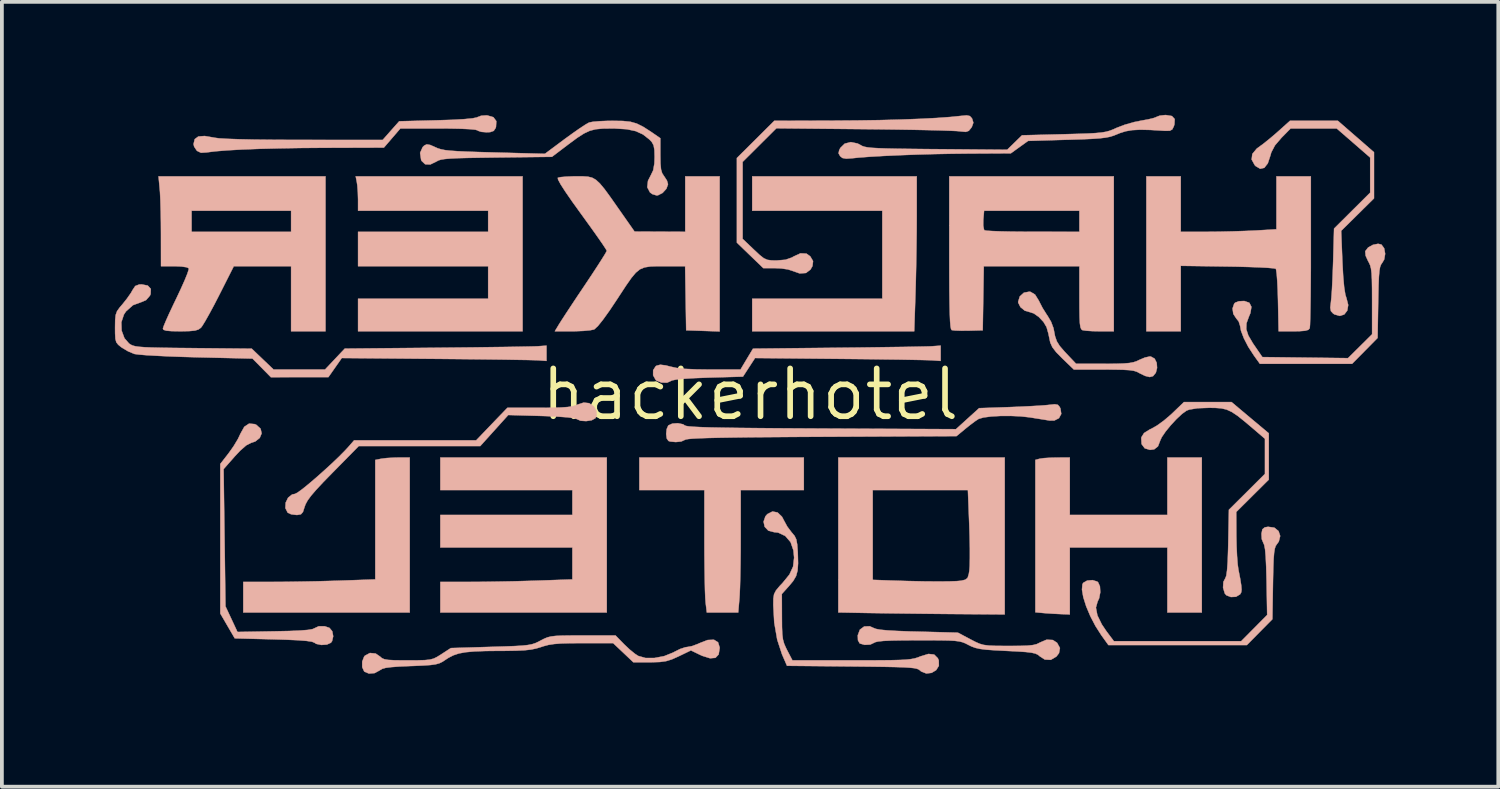
<source format=kicad_pcb>
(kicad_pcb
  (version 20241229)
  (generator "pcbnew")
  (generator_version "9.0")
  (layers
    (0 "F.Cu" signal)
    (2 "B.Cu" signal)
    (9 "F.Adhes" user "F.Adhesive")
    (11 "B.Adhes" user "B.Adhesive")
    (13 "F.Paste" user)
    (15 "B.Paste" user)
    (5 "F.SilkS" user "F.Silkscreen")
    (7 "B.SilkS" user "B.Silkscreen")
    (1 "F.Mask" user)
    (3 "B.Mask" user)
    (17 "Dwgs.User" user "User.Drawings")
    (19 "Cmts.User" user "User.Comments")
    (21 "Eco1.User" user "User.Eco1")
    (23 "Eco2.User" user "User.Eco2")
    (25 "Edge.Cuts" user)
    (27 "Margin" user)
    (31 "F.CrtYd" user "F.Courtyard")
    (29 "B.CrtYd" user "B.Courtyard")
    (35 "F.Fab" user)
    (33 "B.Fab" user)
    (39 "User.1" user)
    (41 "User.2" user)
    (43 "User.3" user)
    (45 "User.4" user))
  (footprint "hackerhotel"
    (layer "F.Cu")
    (at 16.871 7.422)
    (property "Reference" "hackerhotel" (at 0 0 0) (layer "F.SilkS") (effects (font (size 1.27 1.27) (thickness 0.15))))
    (attr through_hole)
    (fp_poly (pts (xy 4.42 -4.733) (xy 4.418 -4.323) (xy 4.412 -3.861) (xy 4.404 -3.39) (xy 4.394 -2.949) (xy 4.386 -2.675) (xy 4.353 -1.676) (xy 0.051 -1.676) (xy 0.051 -2.54) (xy 3.505 -2.54) (xy 3.505 -4.877) (xy 0.051 -4.877) (xy 0.051 -5.791) (xy 4.42 -5.791) (xy 4.42 -4.733)) (stroke (width 0.01) (type solid)) (fill yes) (layer "B.SilkS"))
    (fp_poly (pts (xy -9.042 5.791) (xy -13.462 5.791) (xy -13.462 4.978) (xy -12.662 4.978) (xy -12.327 4.976) (xy -11.93 4.97) (xy -11.51 4.962) (xy -11.106 4.951) (xy -10.909 4.945) (xy -9.957 4.912) (xy -9.957 1.74) (xy -9.798 1.708) (xy -9.657 1.69) (xy -9.466 1.679) (xy -9.341 1.676) (xy -9.042 1.676) (xy -9.042 5.791)) (stroke (width 0.01) (type solid)) (fill yes) (layer "B.SilkS"))
    (fp_poly (pts (xy -6.045 -1.676) (xy -10.414 -1.676) (xy -10.414 -2.54) (xy -6.96 -2.54) (xy -6.96 -3.404) (xy -10.414 -3.404) (xy -10.414 -4.318) (xy -6.96 -4.318) (xy -6.96 -4.877) (xy -10.414 -4.877) (xy -10.414 -5.175) (xy -10.42 -5.371) (xy -10.434 -5.55) (xy -10.446 -5.632) (xy -10.477 -5.791) (xy -6.045 -5.791) (xy -6.045 -1.676)) (stroke (width 0.01) (type solid)) (fill yes) (layer "B.SilkS"))
    (fp_poly (pts (xy -3.81 5.791) (xy -8.23 5.791) (xy -8.23 4.978) (xy -7.429 4.978) (xy -7.094 4.976) (xy -6.697 4.97) (xy -6.277 4.962) (xy -5.874 4.951) (xy -5.677 4.945) (xy -4.724 4.912) (xy -4.724 4.064) (xy -8.23 4.064) (xy -8.23 3.2) (xy -4.724 3.2) (xy -4.724 2.54) (xy -8.23 2.54) (xy -8.23 1.676) (xy -3.81 1.676) (xy -3.81 5.791)) (stroke (width 0.01) (type solid)) (fill yes) (layer "B.SilkS"))
    (fp_poly (pts (xy 11.989 5.791) (xy 11.074 5.791) (xy 11.074 4.064) (xy 8.484 4.064) (xy 8.484 5.842) (xy 8.242 5.833) (xy 8.038 5.823) (xy 7.83 5.809) (xy 7.785 5.805) (xy 7.569 5.785) (xy 7.569 1.739) (xy 7.684 1.708) (xy 7.793 1.692) (xy 7.964 1.681) (xy 8.141 1.677) (xy 8.484 1.676) (xy 8.484 3.2) (xy 11.074 3.2) (xy 11.074 1.676) (xy 11.989 1.676) (xy 11.989 5.791)) (stroke (width 0.01) (type solid)) (fill yes) (layer "B.SilkS"))
    (fp_poly (pts (xy 1.422 2.54) (xy -0.254 2.54) (xy -0.254 3.777) (xy -0.255 4.148) (xy -0.259 4.508) (xy -0.265 4.839) (xy -0.273 5.118) (xy -0.282 5.327) (xy -0.287 5.403) (xy -0.32 5.791) (xy -1.154 5.791) (xy -1.186 5.524) (xy -1.195 5.402) (xy -1.203 5.194) (xy -1.209 4.918) (xy -1.214 4.592) (xy -1.218 4.231) (xy -1.219 3.899) (xy -1.219 2.54) (xy -2.946 2.54) (xy -2.946 1.676) (xy 1.422 1.676) (xy 1.422 2.54)) (stroke (width 0.01) (type solid)) (fill yes) (layer "B.SilkS"))
    (fp_poly (pts (xy 6.756 5.842) (xy 5.347 5.831) (xy 4.924 5.827) (xy 4.486 5.822) (xy 4.058 5.817) (xy 3.664 5.812) (xy 3.328 5.807) (xy 3.137 5.804) (xy 2.337 5.789) (xy 2.337 2.54) (xy 3.251 2.54) (xy 3.251 4.924) (xy 3.721 4.941) (xy 4.189 4.955) (xy 4.611 4.964) (xy 4.976 4.967) (xy 5.273 4.965) (xy 5.488 4.957) (xy 5.596 4.947) (xy 5.71 4.92) (xy 5.771 4.87) (xy 5.803 4.765) (xy 5.816 4.682) (xy 5.826 4.556) (xy 5.83 4.35) (xy 5.83 4.085) (xy 5.824 3.782) (xy 5.815 3.494) (xy 5.778 2.54) (xy 3.251 2.54) (xy 2.337 2.54) (xy 2.337 1.676) (xy 6.756 1.676) (xy 6.756 5.842)) (stroke (width 0.01) (type solid)) (fill yes) (layer "B.SilkS"))
    (fp_poly (pts (xy 11.43 -4.318) (xy 12.129 -4.318) (xy 12.454 -4.321) (xy 12.808 -4.329) (xy 13.146 -4.34) (xy 13.399 -4.351) (xy 13.97 -4.384) (xy 13.97 -5.791) (xy 14.884 -5.791) (xy 14.884 -3.814) (xy 14.884 -3.373) (xy 14.881 -2.963) (xy 14.878 -2.593) (xy 14.873 -2.277) (xy 14.868 -2.026) (xy 14.862 -1.851) (xy 14.855 -1.763) (xy 14.854 -1.757) (xy 14.816 -1.714) (xy 14.73 -1.69) (xy 14.576 -1.678) (xy 14.425 -1.676) (xy 14.028 -1.676) (xy 14.012 -2.485) (xy 14.004 -2.763) (xy 13.992 -3.005) (xy 13.978 -3.193) (xy 13.962 -3.309) (xy 13.953 -3.336) (xy 13.892 -3.348) (xy 13.745 -3.361) (xy 13.524 -3.373) (xy 13.245 -3.383) (xy 12.922 -3.392) (xy 12.67 -3.396) (xy 11.43 -3.414) (xy 11.43 -1.676) (xy 10.516 -1.676) (xy 10.516 -5.791) (xy 11.43 -5.791) (xy 11.43 -4.318)) (stroke (width 0.01) (type solid)) (fill yes) (layer "B.SilkS"))
    (fp_poly (pts (xy 5.055 -0.889) (xy 4.826 -0.905) (xy 4.728 -0.909) (xy 4.539 -0.914) (xy 4.273 -0.919) (xy 3.94 -0.925) (xy 3.552 -0.93) (xy 3.121 -0.936) (xy 2.659 -0.941) (xy 2.362 -0.944) (xy 0.127 -0.966) (xy -0.034 -0.719) (xy -0.194 -0.472) (xy -1.117 -0.446) (xy -1.479 -0.432) (xy -1.765 -0.415) (xy -1.968 -0.394) (xy -2.08 -0.371) (xy -2.097 -0.362) (xy -2.207 -0.312) (xy -2.353 -0.313) (xy -2.484 -0.362) (xy -2.511 -0.385) (xy -2.58 -0.508) (xy -2.579 -0.643) (xy -2.511 -0.748) (xy -2.489 -0.762) (xy -2.389 -0.788) (xy -2.244 -0.77) (xy -2.124 -0.739) (xy -1.959 -0.703) (xy -1.736 -0.678) (xy -1.441 -0.665) (xy -1.06 -0.66) (xy -0.26 -0.66) (xy -0.094 -0.938) (xy 0.072 -1.215) (xy 2.335 -1.239) (xy 2.814 -1.244) (xy 3.268 -1.25) (xy 3.687 -1.256) (xy 4.058 -1.261) (xy 4.37 -1.267) (xy 4.612 -1.272) (xy 4.771 -1.276) (xy 4.826 -1.279) (xy 5.055 -1.295) (xy 5.055 -0.889)) (stroke (width 0.01) (type solid)) (fill yes) (layer "B.SilkS"))
    (fp_poly (pts (xy 9.652 -1.676) (xy 9.275 -1.676) (xy 9.08 -1.68) (xy 8.918 -1.691) (xy 8.822 -1.706) (xy 8.818 -1.707) (xy 8.788 -1.732) (xy 8.766 -1.787) (xy 8.751 -1.889) (xy 8.743 -2.05) (xy 8.739 -2.286) (xy 8.738 -2.571) (xy 8.738 -3.404) (xy 6.2 -3.404) (xy 6.172 -1.702) (xy 5.791 -1.692) (xy 5.598 -1.691) (xy 5.441 -1.696) (xy 5.352 -1.707) (xy 5.347 -1.709) (xy 5.33 -1.738) (xy 5.316 -1.814) (xy 5.305 -1.946) (xy 5.297 -2.141) (xy 5.291 -2.405) (xy 5.286 -2.748) (xy 5.284 -3.177) (xy 5.283 -3.698) (xy 5.283 -3.763) (xy 5.283 -4.482) (xy 6.185 -4.482) (xy 6.205 -4.378) (xy 6.22 -4.357) (xy 6.284 -4.346) (xy 6.435 -4.337) (xy 6.658 -4.329) (xy 6.939 -4.323) (xy 7.263 -4.32) (xy 7.506 -4.319) (xy 8.738 -4.318) (xy 8.738 -4.877) (xy 6.208 -4.877) (xy 6.187 -4.636) (xy 6.185 -4.482) (xy 5.283 -4.482) (xy 5.283 -5.791) (xy 9.652 -5.791) (xy 9.652 -1.676)) (stroke (width 0.01) (type solid)) (fill yes) (layer "B.SilkS"))
    (fp_poly (pts (xy -13.157 0.789) (xy -13.115 0.808) (xy -13.002 0.911) (xy -12.974 1.034) (xy -13.024 1.155) (xy -13.144 1.25) (xy -13.255 1.287) (xy -13.381 1.351) (xy -13.548 1.497) (xy -13.691 1.65) (xy -13.984 1.983) (xy -13.959 3.805) (xy -13.934 5.627) (xy -13.775 5.967) (xy -13.616 6.307) (xy -12.627 6.29) (xy -12.243 6.282) (xy -11.952 6.269) (xy -11.749 6.253) (xy -11.624 6.232) (xy -11.575 6.21) (xy -11.458 6.156) (xy -11.3 6.156) (xy -11.173 6.199) (xy -11.099 6.289) (xy -11.074 6.422) (xy -11.104 6.551) (xy -11.135 6.594) (xy -11.241 6.642) (xy -11.388 6.652) (xy -11.523 6.624) (xy -11.574 6.592) (xy -11.639 6.566) (xy -11.781 6.545) (xy -12.008 6.527) (xy -12.325 6.513) (xy -12.663 6.503) (xy -13.688 6.477) (xy -13.88 6.147) (xy -14.072 5.817) (xy -14.072 3.832) (xy -14.072 1.847) (xy -13.847 1.557) (xy -13.717 1.373) (xy -13.602 1.181) (xy -13.535 1.039) (xy -13.434 0.859) (xy -13.307 0.775) (xy -13.157 0.789)) (stroke (width 0.01) (type solid)) (fill yes) (layer "B.SilkS"))
    (fp_poly (pts (xy -11.278 -1.676) (xy -12.192 -1.676) (xy -12.192 -3.404) (xy -13.713 -3.404) (xy -14.102 -2.635) (xy -14.237 -2.373) (xy -14.364 -2.138) (xy -14.472 -1.946) (xy -14.552 -1.816) (xy -14.586 -1.771) (xy -14.651 -1.724) (xy -14.744 -1.695) (xy -14.89 -1.681) (xy -15.112 -1.676) (xy -15.138 -1.676) (xy -15.365 -1.68) (xy -15.506 -1.692) (xy -15.578 -1.715) (xy -15.596 -1.747) (xy -15.574 -1.815) (xy -15.515 -1.957) (xy -15.426 -2.155) (xy -15.314 -2.393) (xy -15.235 -2.557) (xy -15.116 -2.81) (xy -15.017 -3.032) (xy -14.946 -3.207) (xy -14.91 -3.319) (xy -14.908 -3.35) (xy -14.972 -3.377) (xy -15.108 -3.396) (xy -15.288 -3.404) (xy -15.294 -3.404) (xy -15.646 -3.404) (xy -15.647 -4.255) (xy -15.649 -4.57) (xy -15.654 -4.877) (xy -14.834 -4.877) (xy -14.834 -4.318) (xy -12.192 -4.318) (xy -12.192 -4.877) (xy -14.834 -4.877) (xy -15.654 -4.877) (xy -15.655 -4.878) (xy -15.663 -5.153) (xy -15.673 -5.367) (xy -15.68 -5.448) (xy -15.712 -5.791) (xy -11.278 -5.791) (xy -11.278 -1.676)) (stroke (width 0.01) (type solid)) (fill yes) (layer "B.SilkS"))
    (fp_poly (pts (xy 16.082 -6.847) (xy 16.561 -6.43) (xy 16.561 -5.205) (xy 16.125 -4.774) (xy 15.689 -4.343) (xy 15.721 -3.531) (xy 15.742 -3.142) (xy 15.768 -2.85) (xy 15.8 -2.649) (xy 15.831 -2.55) (xy 15.876 -2.374) (xy 15.851 -2.226) (xy 15.772 -2.123) (xy 15.653 -2.084) (xy 15.511 -2.124) (xy 15.475 -2.148) (xy 15.417 -2.211) (xy 15.4 -2.303) (xy 15.416 -2.442) (xy 15.429 -2.569) (xy 15.444 -2.774) (xy 15.457 -3.036) (xy 15.469 -3.332) (xy 15.476 -3.535) (xy 15.5 -4.403) (xy 16.459 -5.357) (xy 16.459 -6.289) (xy 16.015 -6.675) (xy 15.57 -7.061) (xy 14.959 -7.061) (xy 14.347 -7.061) (xy 14.104 -6.814) (xy 13.931 -6.612) (xy 13.833 -6.425) (xy 13.811 -6.346) (xy 13.741 -6.135) (xy 13.648 -6.016) (xy 13.539 -5.991) (xy 13.417 -6.063) (xy 13.394 -6.087) (xy 13.312 -6.236) (xy 13.33 -6.384) (xy 13.446 -6.525) (xy 13.5 -6.565) (xy 13.631 -6.661) (xy 13.802 -6.799) (xy 13.981 -6.952) (xy 14.01 -6.978) (xy 14.329 -7.264) (xy 15.602 -7.264) (xy 16.082 -6.847)) (stroke (width 0.01) (type solid)) (fill yes) (layer "B.SilkS"))
    (fp_poly (pts (xy 13.915 3.538) (xy 14.026 3.628) (xy 14.07 3.759) (xy 14.033 3.907) (xy 13.983 3.976) (xy 13.951 4.023) (xy 13.927 4.094) (xy 13.909 4.203) (xy 13.896 4.365) (xy 13.887 4.595) (xy 13.88 4.907) (xy 13.878 5.022) (xy 13.863 5.969) (xy 13.524 6.312) (xy 13.185 6.655) (xy 9.509 6.655) (xy 9.324 6.398) (xy 9.165 6.15) (xy 9.028 5.887) (xy 8.918 5.626) (xy 8.842 5.385) (xy 8.807 5.184) (xy 8.819 5.042) (xy 8.84 5.003) (xy 8.945 4.943) (xy 9.088 4.931) (xy 9.213 4.97) (xy 9.235 4.989) (xy 9.284 5.097) (xy 9.293 5.254) (xy 9.262 5.415) (xy 9.221 5.503) (xy 9.177 5.661) (xy 9.216 5.866) (xy 9.335 6.109) (xy 9.455 6.287) (xy 9.655 6.553) (xy 13.033 6.553) (xy 13.724 5.856) (xy 13.708 4.942) (xy 13.698 4.576) (xy 13.685 4.302) (xy 13.668 4.111) (xy 13.645 3.994) (xy 13.624 3.948) (xy 13.581 3.843) (xy 13.573 3.702) (xy 13.573 3.699) (xy 13.597 3.581) (xy 13.661 3.53) (xy 13.748 3.515) (xy 13.915 3.538)) (stroke (width 0.01) (type solid)) (fill yes) (layer "B.SilkS"))
    (fp_poly (pts (xy -6.981 -7.407) (xy -6.82 -7.36) (xy -6.743 -7.256) (xy -6.752 -7.102) (xy -6.761 -7.074) (xy -6.812 -6.997) (xy -6.907 -6.964) (xy -7.006 -6.96) (xy -7.142 -6.971) (xy -7.229 -7) (xy -7.239 -7.01) (xy -7.3 -7.028) (xy -7.454 -7.043) (xy -7.69 -7.054) (xy -8 -7.06) (xy -8.281 -7.061) (xy -9.291 -7.061) (xy -9.509 -6.807) (xy -9.728 -6.553) (xy -11.303 -6.548) (xy -11.928 -6.543) (xy -12.509 -6.533) (xy -13.035 -6.52) (xy -13.499 -6.502) (xy -13.89 -6.48) (xy -14.199 -6.455) (xy -14.416 -6.428) (xy -14.432 -6.425) (xy -14.585 -6.416) (xy -14.687 -6.465) (xy -14.698 -6.476) (xy -14.766 -6.578) (xy -14.782 -6.646) (xy -14.751 -6.777) (xy -14.655 -6.848) (xy -14.487 -6.861) (xy -14.241 -6.819) (xy -14.224 -6.815) (xy -14.104 -6.799) (xy -13.885 -6.786) (xy -13.571 -6.775) (xy -13.164 -6.766) (xy -12.669 -6.761) (xy -12.089 -6.758) (xy -11.878 -6.758) (xy -9.761 -6.756) (xy -9.542 -7.004) (xy -9.322 -7.252) (xy -8.318 -7.278) (xy -7.908 -7.291) (xy -7.594 -7.309) (xy -7.377 -7.33) (xy -7.259 -7.354) (xy -7.242 -7.363) (xy -7.146 -7.399) (xy -7.004 -7.409) (xy -6.981 -7.407)) (stroke (width 0.01) (type solid)) (fill yes) (layer "B.SilkS"))
    (fp_poly (pts (xy -4.28 0.233) (xy -4.276 0.234) (xy -4.157 0.316) (xy -4.086 0.439) (xy -4.08 0.568) (xy -4.112 0.632) (xy -4.21 0.686) (xy -4.358 0.709) (xy -4.507 0.699) (xy -4.608 0.654) (xy -4.682 0.631) (xy -4.848 0.609) (xy -5.097 0.591) (xy -5.42 0.576) (xy -5.546 0.572) (xy -6.426 0.547) (xy -7.17 1.372) (xy -10.396 1.372) (xy -11.086 2.073) (xy -11.34 2.333) (xy -11.529 2.536) (xy -11.663 2.692) (xy -11.753 2.815) (xy -11.808 2.916) (xy -11.834 2.987) (xy -11.877 3.121) (xy -11.931 3.183) (xy -12.023 3.2) (xy -12.057 3.2) (xy -12.191 3.183) (xy -12.283 3.14) (xy -12.283 3.139) (xy -12.344 3.018) (xy -12.336 2.874) (xy -12.272 2.743) (xy -12.165 2.657) (xy -12.09 2.642) (xy -12.023 2.608) (xy -11.898 2.518) (xy -11.73 2.382) (xy -11.534 2.215) (xy -11.324 2.029) (xy -11.115 1.838) (xy -10.922 1.654) (xy -10.761 1.491) (xy -10.682 1.406) (xy -10.519 1.219) (xy -7.278 1.219) (xy -6.864 0.787) (xy -6.449 0.356) (xy -5.607 0.356) (xy -5.273 0.354) (xy -5.024 0.347) (xy -4.843 0.334) (xy -4.712 0.313) (xy -4.615 0.284) (xy -4.588 0.271) (xy -4.422 0.217) (xy -4.28 0.233)) (stroke (width 0.01) (type solid)) (fill yes) (layer "B.SilkS"))
    (fp_poly (pts (xy 16.757 -3.979) (xy 16.831 -3.879) (xy 16.857 -3.733) (xy 16.831 -3.582) (xy 16.78 -3.495) (xy 16.747 -3.448) (xy 16.722 -3.381) (xy 16.704 -3.278) (xy 16.691 -3.124) (xy 16.682 -2.905) (xy 16.675 -2.607) (xy 16.672 -2.446) (xy 16.656 -1.499) (xy 16.318 -1.156) (xy 15.979 -0.813) (xy 13.53 -0.813) (xy 13.368 -1.039) (xy 13.222 -1.264) (xy 13.105 -1.491) (xy 13.029 -1.69) (xy 13.006 -1.817) (xy 12.968 -1.937) (xy 12.903 -2.018) (xy 12.825 -2.137) (xy 12.805 -2.282) (xy 12.848 -2.407) (xy 12.874 -2.436) (xy 12.973 -2.473) (xy 13.112 -2.48) (xy 13.116 -2.48) (xy 13.251 -2.433) (xy 13.306 -2.325) (xy 13.278 -2.157) (xy 13.237 -2.059) (xy 13.175 -1.888) (xy 13.169 -1.732) (xy 13.224 -1.564) (xy 13.346 -1.356) (xy 13.377 -1.311) (xy 13.596 -0.991) (xy 14.733 -0.977) (xy 15.87 -0.963) (xy 16.19 -1.28) (xy 16.51 -1.597) (xy 16.51 -2.482) (xy 16.509 -2.807) (xy 16.505 -3.047) (xy 16.496 -3.219) (xy 16.481 -3.342) (xy 16.458 -3.43) (xy 16.425 -3.502) (xy 16.405 -3.537) (xy 16.339 -3.681) (xy 16.328 -3.797) (xy 16.33 -3.804) (xy 16.404 -3.9) (xy 16.531 -3.971) (xy 16.669 -3.999) (xy 16.757 -3.979)) (stroke (width 0.01) (type solid)) (fill yes) (layer "B.SilkS"))
    (fp_poly (pts (xy 5.83 -7.391) (xy 5.882 -7.335) (xy 5.892 -7.317) (xy 5.923 -7.214) (xy 5.885 -7.108) (xy 5.867 -7.078) (xy 5.801 -6.998) (xy 5.723 -6.97) (xy 5.592 -6.982) (xy 5.571 -6.985) (xy 5.477 -6.993) (xy 5.293 -7.001) (xy 5.03 -7.01) (xy 4.699 -7.018) (xy 4.312 -7.026) (xy 3.88 -7.033) (xy 3.413 -7.039) (xy 3.026 -7.043) (xy 0.693 -7.066) (xy 0.245 -6.62) (xy -0.203 -6.174) (xy -0.203 -4.13) (xy 0.098 -3.843) (xy 0.25 -3.701) (xy 0.358 -3.616) (xy 0.454 -3.573) (xy 0.566 -3.558) (xy 0.695 -3.556) (xy 0.934 -3.575) (xy 1.108 -3.636) (xy 1.143 -3.658) (xy 1.333 -3.746) (xy 1.492 -3.738) (xy 1.592 -3.666) (xy 1.667 -3.539) (xy 1.651 -3.407) (xy 1.597 -3.313) (xy 1.478 -3.224) (xy 1.312 -3.212) (xy 1.121 -3.279) (xy 1.118 -3.281) (xy 0.998 -3.319) (xy 0.819 -3.345) (xy 0.668 -3.352) (xy 0.346 -3.353) (xy -0.005 -3.691) (xy -0.356 -4.03) (xy -0.356 -6.276) (xy 0.141 -6.77) (xy 0.637 -7.264) (xy 2.211 -7.269) (xy 2.837 -7.274) (xy 3.437 -7.283) (xy 3.998 -7.298) (xy 4.508 -7.317) (xy 4.953 -7.34) (xy 5.322 -7.367) (xy 5.596 -7.395) (xy 5.746 -7.409) (xy 5.83 -7.391)) (stroke (width 0.01) (type solid)) (fill yes) (layer "B.SilkS"))
    (fp_poly (pts (xy 7.443 -2.722) (xy 7.561 -2.651) (xy 7.66 -2.492) (xy 7.668 -2.475) (xy 7.761 -2.294) (xy 7.871 -2.119) (xy 7.894 -2.086) (xy 7.987 -1.928) (xy 8.05 -1.76) (xy 8.056 -1.731) (xy 8.092 -1.545) (xy 8.139 -1.409) (xy 8.215 -1.287) (xy 8.339 -1.143) (xy 8.396 -1.082) (xy 8.651 -0.813) (xy 9.393 -0.813) (xy 9.693 -0.814) (xy 9.911 -0.821) (xy 10.067 -0.834) (xy 10.182 -0.856) (xy 10.274 -0.889) (xy 10.331 -0.917) (xy 10.478 -0.979) (xy 10.606 -1.007) (xy 10.634 -1.006) (xy 10.736 -0.95) (xy 10.791 -0.839) (xy 10.801 -0.704) (xy 10.768 -0.575) (xy 10.694 -0.485) (xy 10.606 -0.461) (xy 10.484 -0.491) (xy 10.345 -0.558) (xy 10.338 -0.562) (xy 10.268 -0.6) (xy 10.183 -0.627) (xy 10.066 -0.644) (xy 9.898 -0.654) (xy 9.662 -0.659) (xy 9.389 -0.66) (xy 8.592 -0.66) (xy 8.288 -0.953) (xy 8.122 -1.121) (xy 8.021 -1.253) (xy 7.966 -1.374) (xy 7.95 -1.448) (xy 7.914 -1.62) (xy 7.87 -1.775) (xy 7.864 -1.792) (xy 7.784 -1.926) (xy 7.662 -2.055) (xy 7.529 -2.15) (xy 7.424 -2.184) (xy 7.289 -2.223) (xy 7.173 -2.318) (xy 7.114 -2.436) (xy 7.112 -2.459) (xy 7.156 -2.602) (xy 7.265 -2.701) (xy 7.41 -2.728) (xy 7.443 -2.722)) (stroke (width 0.01) (type solid)) (fill yes) (layer "B.SilkS"))
    (fp_poly (pts (xy 13.272 0.618) (xy 13.767 1.032) (xy 13.767 2.263) (xy 13.335 2.692) (xy 12.903 3.122) (xy 12.906 3.758) (xy 12.912 4.03) (xy 12.924 4.291) (xy 12.941 4.51) (xy 12.96 4.648) (xy 13.009 4.9) (xy 13.036 5.072) (xy 13.045 5.184) (xy 13.036 5.254) (xy 13.009 5.303) (xy 13.004 5.309) (xy 12.897 5.373) (xy 12.761 5.38) (xy 12.642 5.334) (xy 12.6 5.287) (xy 12.553 5.131) (xy 12.562 4.977) (xy 12.611 4.885) (xy 12.638 4.817) (xy 12.659 4.671) (xy 12.676 4.44) (xy 12.687 4.116) (xy 12.691 3.942) (xy 12.708 3.063) (xy 13.187 2.587) (xy 13.665 2.11) (xy 13.665 1.178) (xy 13.373 0.927) (xy 13.127 0.719) (xy 12.938 0.568) (xy 12.785 0.466) (xy 12.648 0.403) (xy 12.509 0.37) (xy 12.347 0.358) (xy 12.182 0.356) (xy 11.875 0.367) (xy 11.661 0.402) (xy 11.585 0.43) (xy 11.465 0.516) (xy 11.317 0.654) (xy 11.163 0.82) (xy 11.025 0.989) (xy 10.925 1.136) (xy 10.887 1.219) (xy 10.825 1.379) (xy 10.725 1.458) (xy 10.613 1.473) (xy 10.473 1.431) (xy 10.39 1.319) (xy 10.381 1.16) (xy 10.386 1.136) (xy 10.455 1.026) (xy 10.611 0.928) (xy 10.649 0.912) (xy 10.797 0.828) (xy 10.98 0.696) (xy 11.162 0.541) (xy 11.198 0.508) (xy 11.515 0.203) (xy 12.778 0.203) (xy 13.272 0.618)) (stroke (width 0.01) (type solid)) (fill yes) (layer "B.SilkS"))
    (fp_poly (pts (xy -0.813 -1.672) (xy -1.257 -1.687) (xy -1.702 -1.702) (xy -1.716 -2.553) (xy -1.73 -3.404) (xy -2.205 -3.404) (xy -2.46 -3.404) (xy -2.656 -3.397) (xy -2.806 -3.373) (xy -2.93 -3.322) (xy -3.041 -3.231) (xy -3.158 -3.091) (xy -3.297 -2.892) (xy -3.474 -2.622) (xy -3.518 -2.554) (xy -3.734 -2.23) (xy -3.912 -1.982) (xy -4.047 -1.814) (xy -4.138 -1.73) (xy -4.152 -1.723) (xy -4.257 -1.702) (xy -4.432 -1.686) (xy -4.646 -1.677) (xy -4.732 -1.676) (xy -5.19 -1.676) (xy -5.075 -1.867) (xy -5.011 -1.968) (xy -4.902 -2.136) (xy -4.757 -2.356) (xy -4.588 -2.611) (xy -4.405 -2.883) (xy -4.385 -2.913) (xy -4.211 -3.174) (xy -4.058 -3.408) (xy -3.935 -3.6) (xy -3.85 -3.738) (xy -3.811 -3.808) (xy -3.81 -3.813) (xy -3.839 -3.865) (xy -3.919 -3.987) (xy -4.043 -4.166) (xy -4.202 -4.39) (xy -4.387 -4.647) (xy -4.488 -4.786) (xy -4.725 -5.115) (xy -4.908 -5.38) (xy -5.035 -5.577) (xy -5.103 -5.703) (xy -5.111 -5.752) (xy -5.037 -5.769) (xy -4.889 -5.782) (xy -4.693 -5.79) (xy -4.613 -5.79) (xy -4.443 -5.79) (xy -4.31 -5.781) (xy -4.199 -5.754) (xy -4.098 -5.697) (xy -3.994 -5.601) (xy -3.873 -5.456) (xy -3.722 -5.25) (xy -3.529 -4.975) (xy -3.48 -4.905) (xy -3.073 -4.324) (xy -1.727 -4.318) (xy -1.727 -5.791) (xy -0.813 -5.791) (xy -0.813 -1.672)) (stroke (width 0.01) (type solid)) (fill yes) (layer "B.SilkS"))
    (fp_poly (pts (xy 3.266 6.198) (xy 3.334 6.225) (xy 3.454 6.248) (xy 3.636 6.265) (xy 3.892 6.28) (xy 4.232 6.293) (xy 4.445 6.298) (xy 5.512 6.326) (xy 5.842 6.501) (xy 5.977 6.571) (xy 6.088 6.62) (xy 6.197 6.651) (xy 6.329 6.668) (xy 6.506 6.676) (xy 6.754 6.678) (xy 6.86 6.678) (xy 7.152 6.677) (xy 7.361 6.67) (xy 7.506 6.655) (xy 7.606 6.63) (xy 7.68 6.594) (xy 7.684 6.591) (xy 7.867 6.513) (xy 8.033 6.521) (xy 8.146 6.595) (xy 8.222 6.734) (xy 8.197 6.87) (xy 8.128 6.96) (xy 7.979 7.048) (xy 7.82 7.04) (xy 7.687 6.954) (xy 7.637 6.912) (xy 7.57 6.881) (xy 7.469 6.858) (xy 7.319 6.84) (xy 7.1 6.825) (xy 6.8 6.81) (xy 6.491 6.794) (xy 6.264 6.778) (xy 6.099 6.757) (xy 5.975 6.729) (xy 5.872 6.691) (xy 5.791 6.651) (xy 5.712 6.61) (xy 5.636 6.58) (xy 5.547 6.558) (xy 5.43 6.543) (xy 5.27 6.534) (xy 5.051 6.53) (xy 4.759 6.528) (xy 4.46 6.528) (xy 4.064 6.53) (xy 3.761 6.535) (xy 3.54 6.545) (xy 3.394 6.56) (xy 3.313 6.58) (xy 3.294 6.591) (xy 3.186 6.642) (xy 3.039 6.65) (xy 2.91 6.614) (xy 2.905 6.611) (xy 2.859 6.529) (xy 2.854 6.396) (xy 2.91 6.246) (xy 3.025 6.162) (xy 3.172 6.156) (xy 3.266 6.198)) (stroke (width 0.01) (type solid)) (fill yes) (layer "B.SilkS"))
    (fp_poly (pts (xy 8.166 0.276) (xy 8.214 0.331) (xy 8.236 0.376) (xy 8.257 0.518) (xy 8.196 0.631) (xy 8.072 0.694) (xy 7.951 0.695) (xy 7.825 0.674) (xy 7.637 0.644) (xy 7.428 0.611) (xy 7.417 0.609) (xy 7.183 0.583) (xy 6.918 0.571) (xy 6.647 0.572) (xy 6.398 0.586) (xy 6.196 0.612) (xy 6.067 0.649) (xy 6.064 0.65) (xy 5.971 0.711) (xy 5.834 0.814) (xy 5.719 0.906) (xy 5.475 1.108) (xy 1.902 1.125) (xy 1.178 1.129) (xy 0.55 1.134) (xy 0.012 1.138) (xy -0.441 1.144) (xy -0.816 1.15) (xy -1.118 1.157) (xy -1.353 1.165) (xy -1.527 1.174) (xy -1.645 1.185) (xy -1.713 1.197) (xy -1.735 1.206) (xy -1.832 1.25) (xy -1.978 1.265) (xy -2.126 1.251) (xy -2.172 1.236) (xy -2.217 1.171) (xy -2.233 1.051) (xy -2.22 0.922) (xy -2.178 0.827) (xy -2.174 0.823) (xy -2.069 0.775) (xy -1.922 0.765) (xy -1.786 0.793) (xy -1.735 0.826) (xy -1.7 0.838) (xy -1.62 0.85) (xy -1.489 0.86) (xy -1.3 0.869) (xy -1.049 0.877) (xy -0.73 0.883) (xy -0.335 0.889) (xy 0.139 0.894) (xy 0.698 0.899) (xy 1.35 0.903) (xy 1.895 0.906) (xy 5.461 0.923) (xy 6.076 0.365) (xy 6.886 0.337) (xy 7.184 0.325) (xy 7.466 0.311) (xy 7.707 0.297) (xy 7.882 0.283) (xy 7.936 0.277) (xy 8.084 0.261) (xy 8.166 0.276)) (stroke (width 0.01) (type solid)) (fill yes) (layer "B.SilkS"))
    (fp_poly (pts (xy 11.195 -7.391) (xy 11.269 -7.311) (xy 11.262 -7.171) (xy 11.246 -7.119) (xy 11.205 -7.036) (xy 11.141 -7.001) (xy 11.02 -6.998) (xy 10.971 -7.001) (xy 10.621 -7.022) (xy 10.351 -7.028) (xy 10.14 -7.017) (xy 9.967 -6.987) (xy 9.812 -6.938) (xy 9.754 -6.914) (xy 9.651 -6.872) (xy 9.548 -6.84) (xy 9.428 -6.817) (xy 9.274 -6.799) (xy 9.07 -6.785) (xy 8.799 -6.773) (xy 8.444 -6.762) (xy 8.426 -6.762) (xy 7.377 -6.731) (xy 7.147 -6.566) (xy 6.918 -6.401) (xy 5.808 -6.395) (xy 5.361 -6.39) (xy 4.894 -6.381) (xy 4.425 -6.368) (xy 3.972 -6.351) (xy 3.554 -6.332) (xy 3.187 -6.311) (xy 2.889 -6.289) (xy 2.715 -6.271) (xy 2.547 -6.259) (xy 2.447 -6.277) (xy 2.387 -6.325) (xy 2.344 -6.401) (xy 2.361 -6.485) (xy 2.392 -6.545) (xy 2.507 -6.658) (xy 2.669 -6.699) (xy 2.849 -6.662) (xy 2.929 -6.62) (xy 2.972 -6.596) (xy 3.03 -6.576) (xy 3.112 -6.56) (xy 3.228 -6.547) (xy 3.389 -6.538) (xy 3.605 -6.53) (xy 3.887 -6.524) (xy 4.244 -6.519) (xy 4.688 -6.514) (xy 4.945 -6.512) (xy 6.821 -6.496) (xy 7.018 -6.688) (xy 7.215 -6.88) (xy 8.319 -6.908) (xy 8.683 -6.918) (xy 8.962 -6.927) (xy 9.172 -6.939) (xy 9.329 -6.954) (xy 9.449 -6.974) (xy 9.548 -7.002) (xy 9.643 -7.039) (xy 9.723 -7.076) (xy 9.94 -7.159) (xy 10.195 -7.232) (xy 10.384 -7.27) (xy 10.568 -7.303) (xy 10.714 -7.339) (xy 10.791 -7.369) (xy 10.792 -7.371) (xy 10.871 -7.401) (xy 11.005 -7.416) (xy 11.035 -7.417) (xy 11.195 -7.391)) (stroke (width 0.01) (type solid)) (fill yes) (layer "B.SilkS"))
    (fp_poly (pts (xy 0.725 3.135) (xy 0.842 3.248) (xy 0.891 3.341) (xy 0.982 3.509) (xy 1.097 3.662) (xy 1.107 3.673) (xy 1.178 3.759) (xy 1.222 3.852) (xy 1.246 3.984) (xy 1.261 4.183) (xy 1.262 4.22) (xy 1.269 4.484) (xy 1.256 4.676) (xy 1.216 4.823) (xy 1.14 4.953) (xy 1.027 5.089) (xy 0.838 5.299) (xy 0.84 5.913) (xy 0.842 6.179) (xy 0.85 6.369) (xy 0.868 6.508) (xy 0.9 6.622) (xy 0.95 6.735) (xy 0.98 6.795) (xy 1.119 7.061) (xy 2.697 7.061) (xy 3.142 7.061) (xy 3.497 7.059) (xy 3.776 7.056) (xy 3.99 7.05) (xy 4.151 7.041) (xy 4.272 7.027) (xy 4.366 7.009) (xy 4.443 6.986) (xy 4.518 6.956) (xy 4.52 6.955) (xy 4.731 6.891) (xy 4.882 6.907) (xy 4.98 7.004) (xy 5.005 7.064) (xy 5.007 7.206) (xy 4.935 7.321) (xy 4.815 7.393) (xy 4.674 7.41) (xy 4.537 7.356) (xy 4.505 7.328) (xy 4.473 7.304) (xy 4.424 7.284) (xy 4.348 7.268) (xy 4.233 7.256) (xy 4.07 7.246) (xy 3.847 7.239) (xy 3.555 7.233) (xy 3.183 7.228) (xy 2.721 7.223) (xy 2.696 7.223) (xy 0.975 7.206) (xy 0.842 6.9) (xy 0.715 6.512) (xy 0.636 6.057) (xy 0.611 5.593) (xy 0.613 5.421) (xy 0.632 5.303) (xy 0.683 5.204) (xy 0.781 5.087) (xy 0.86 5.003) (xy 1.04 4.782) (xy 1.137 4.57) (xy 1.164 4.336) (xy 1.146 4.142) (xy 1.07 3.922) (xy 0.929 3.759) (xy 0.739 3.669) (xy 0.633 3.658) (xy 0.479 3.617) (xy 0.382 3.515) (xy 0.353 3.379) (xy 0.402 3.237) (xy 0.455 3.177) (xy 0.59 3.109) (xy 0.725 3.135)) (stroke (width 0.01) (type solid)) (fill yes) (layer "B.SilkS"))
    (fp_poly (pts (xy -15.998 -2.89) (xy -15.917 -2.802) (xy -15.922 -2.666) (xy -15.94 -2.622) (xy -16.043 -2.504) (xy -16.14 -2.462) (xy -16.391 -2.369) (xy -16.575 -2.205) (xy -16.631 -2.121) (xy -16.699 -1.916) (xy -16.692 -1.695) (xy -16.617 -1.492) (xy -16.494 -1.351) (xy -16.449 -1.321) (xy -16.397 -1.297) (xy -16.326 -1.278) (xy -16.225 -1.264) (xy -16.082 -1.253) (xy -15.886 -1.245) (xy -15.624 -1.239) (xy -15.285 -1.234) (xy -14.858 -1.23) (xy -14.794 -1.229) (xy -13.237 -1.214) (xy -12.947 -0.937) (xy -12.657 -0.66) (xy -11.292 -0.66) (xy -10.767 -1.216) (xy -8.317 -1.239) (xy -7.82 -1.244) (xy -7.346 -1.249) (xy -6.909 -1.255) (xy -6.517 -1.26) (xy -6.183 -1.266) (xy -5.918 -1.271) (xy -5.733 -1.275) (xy -5.639 -1.279) (xy -5.41 -1.295) (xy -5.41 -0.889) (xy -5.639 -0.906) (xy -5.735 -0.909) (xy -5.921 -0.914) (xy -6.187 -0.918) (xy -6.522 -0.924) (xy -6.915 -0.929) (xy -7.355 -0.934) (xy -7.83 -0.939) (xy -8.331 -0.944) (xy -8.357 -0.944) (xy -10.846 -0.966) (xy -11.201 -0.459) (xy -11.965 -0.458) (xy -12.729 -0.457) (xy -12.972 -0.704) (xy -13.216 -0.951) (xy -14.698 -0.986) (xy -15.085 -0.997) (xy -15.447 -1.01) (xy -15.768 -1.026) (xy -16.035 -1.041) (xy -16.233 -1.058) (xy -16.347 -1.073) (xy -16.358 -1.076) (xy -16.522 -1.145) (xy -16.686 -1.243) (xy -16.701 -1.253) (xy -16.783 -1.32) (xy -16.833 -1.385) (xy -16.857 -1.476) (xy -16.865 -1.62) (xy -16.866 -1.773) (xy -16.863 -1.976) (xy -16.849 -2.11) (xy -16.813 -2.21) (xy -16.743 -2.308) (xy -16.67 -2.393) (xy -16.548 -2.546) (xy -16.444 -2.695) (xy -16.403 -2.769) (xy -16.33 -2.878) (xy -16.226 -2.918) (xy -16.159 -2.921) (xy -15.998 -2.89)) (stroke (width 0.01) (type solid)) (fill yes) (layer "B.SilkS"))
    (fp_poly (pts (xy -3.384 -7.26) (xy -3.183 -7.239) (xy -3.016 -7.192) (xy -2.847 -7.108) (xy -2.644 -6.978) (xy -2.603 -6.95) (xy -2.388 -6.802) (xy -2.388 -6.355) (xy -2.384 -6.127) (xy -2.37 -5.975) (xy -2.34 -5.873) (xy -2.291 -5.797) (xy -2.286 -5.791) (xy -2.212 -5.677) (xy -2.184 -5.58) (xy -2.227 -5.461) (xy -2.328 -5.35) (xy -2.451 -5.287) (xy -2.486 -5.283) (xy -2.601 -5.318) (xy -2.663 -5.363) (xy -2.735 -5.501) (xy -2.716 -5.672) (xy -2.642 -5.817) (xy -2.577 -5.952) (xy -2.546 -6.131) (xy -2.54 -6.302) (xy -2.545 -6.491) (xy -2.566 -6.611) (xy -2.613 -6.699) (xy -2.68 -6.77) (xy -2.848 -6.902) (xy -3.04 -6.99) (xy -3.279 -7.041) (xy -3.589 -7.06) (xy -3.684 -7.061) (xy -3.919 -7.058) (xy -4.103 -7.041) (xy -4.259 -7.001) (xy -4.414 -6.929) (xy -4.592 -6.815) (xy -4.818 -6.648) (xy -4.881 -6.6) (xy -5.266 -6.308) (xy -6.735 -6.291) (xy -7.167 -6.285) (xy -7.508 -6.279) (xy -7.771 -6.272) (xy -7.968 -6.262) (xy -8.11 -6.25) (xy -8.209 -6.234) (xy -8.277 -6.214) (xy -8.325 -6.188) (xy -8.33 -6.185) (xy -8.495 -6.105) (xy -8.632 -6.11) (xy -8.727 -6.2) (xy -8.74 -6.23) (xy -8.767 -6.413) (xy -8.699 -6.566) (xy -8.657 -6.607) (xy -8.591 -6.639) (xy -8.498 -6.623) (xy -8.367 -6.565) (xy -8.294 -6.533) (xy -8.212 -6.508) (xy -8.107 -6.487) (xy -7.966 -6.471) (xy -7.776 -6.458) (xy -7.523 -6.446) (xy -7.195 -6.435) (xy -6.803 -6.424) (xy -5.453 -6.388) (xy -4.926 -6.781) (xy -4.716 -6.933) (xy -4.526 -7.066) (xy -4.375 -7.165) (xy -4.283 -7.217) (xy -4.278 -7.219) (xy -4.177 -7.239) (xy -4.003 -7.254) (xy -3.786 -7.263) (xy -3.652 -7.264) (xy -3.384 -7.26)) (stroke (width 0.01) (type solid)) (fill yes) (layer "B.SilkS"))
    (fp_poly (pts (xy -3.351 6.633) (xy -3.205 6.771) (xy -3.061 6.888) (xy -2.975 6.944) (xy -2.783 6.998) (xy -2.542 6.998) (xy -2.286 6.949) (xy -2.049 6.854) (xy -2.02 6.838) (xy -1.864 6.76) (xy -1.722 6.713) (xy -1.67 6.706) (xy -1.546 6.683) (xy -1.391 6.625) (xy -1.346 6.604) (xy -1.131 6.521) (xy -0.965 6.514) (xy -0.856 6.581) (xy -0.813 6.719) (xy -0.813 6.737) (xy -0.84 6.905) (xy -0.924 6.994) (xy -1.068 7.006) (xy -1.276 6.941) (xy -1.356 6.904) (xy -1.576 6.797) (xy -1.903 6.955) (xy -2.082 7.035) (xy -2.235 7.082) (xy -2.4 7.105) (xy -2.62 7.112) (xy -2.667 7.112) (xy -3.105 7.112) (xy -3.373 6.858) (xy -3.642 6.604) (xy -4.452 6.604) (xy -4.778 6.606) (xy -5.025 6.613) (xy -5.212 6.628) (xy -5.36 6.651) (xy -5.491 6.686) (xy -5.55 6.706) (xy -5.683 6.746) (xy -5.824 6.775) (xy -5.996 6.794) (xy -6.219 6.804) (xy -6.515 6.809) (xy -6.641 6.809) (xy -7.025 6.813) (xy -7.325 6.824) (xy -7.556 6.845) (xy -7.737 6.878) (xy -7.883 6.927) (xy -8.012 6.993) (xy -8.084 7.04) (xy -8.171 7.098) (xy -8.255 7.139) (xy -8.353 7.166) (xy -8.488 7.185) (xy -8.68 7.198) (xy -8.948 7.21) (xy -9.018 7.212) (xy -9.318 7.225) (xy -9.532 7.241) (xy -9.679 7.26) (xy -9.774 7.287) (xy -9.835 7.323) (xy -9.841 7.328) (xy -9.976 7.4) (xy -10.126 7.412) (xy -10.247 7.36) (xy -10.251 7.356) (xy -10.304 7.242) (xy -10.304 7.094) (xy -10.253 6.963) (xy -10.233 6.938) (xy -10.098 6.866) (xy -9.947 6.88) (xy -9.83 6.96) (xy -9.782 7.002) (xy -9.717 7.031) (xy -9.616 7.049) (xy -9.46 7.058) (xy -9.23 7.061) (xy -9.095 7.061) (xy -8.829 7.06) (xy -8.641 7.055) (xy -8.508 7.041) (xy -8.408 7.015) (xy -8.318 6.971) (xy -8.213 6.906) (xy -8.201 6.898) (xy -7.95 6.735) (xy -6.883 6.703) (xy -6.526 6.692) (xy -6.255 6.682) (xy -6.053 6.67) (xy -5.905 6.654) (xy -5.795 6.633) (xy -5.706 6.604) (xy -5.624 6.566) (xy -5.568 6.536) (xy -5.473 6.487) (xy -5.387 6.451) (xy -5.29 6.427) (xy -5.164 6.412) (xy -4.99 6.404) (xy -4.751 6.401) (xy -4.448 6.401) (xy -3.577 6.401) (xy -3.351 6.633)) (stroke (width 0.01) (type solid)) (fill yes) (layer "B.SilkS")))
  (gr_rect
    (start -3 -3)
    (end 36.732 17.838)
    (stroke (width 0.1) (type default))
    (fill no)
    (layer "Edge.Cuts")))
</source>
